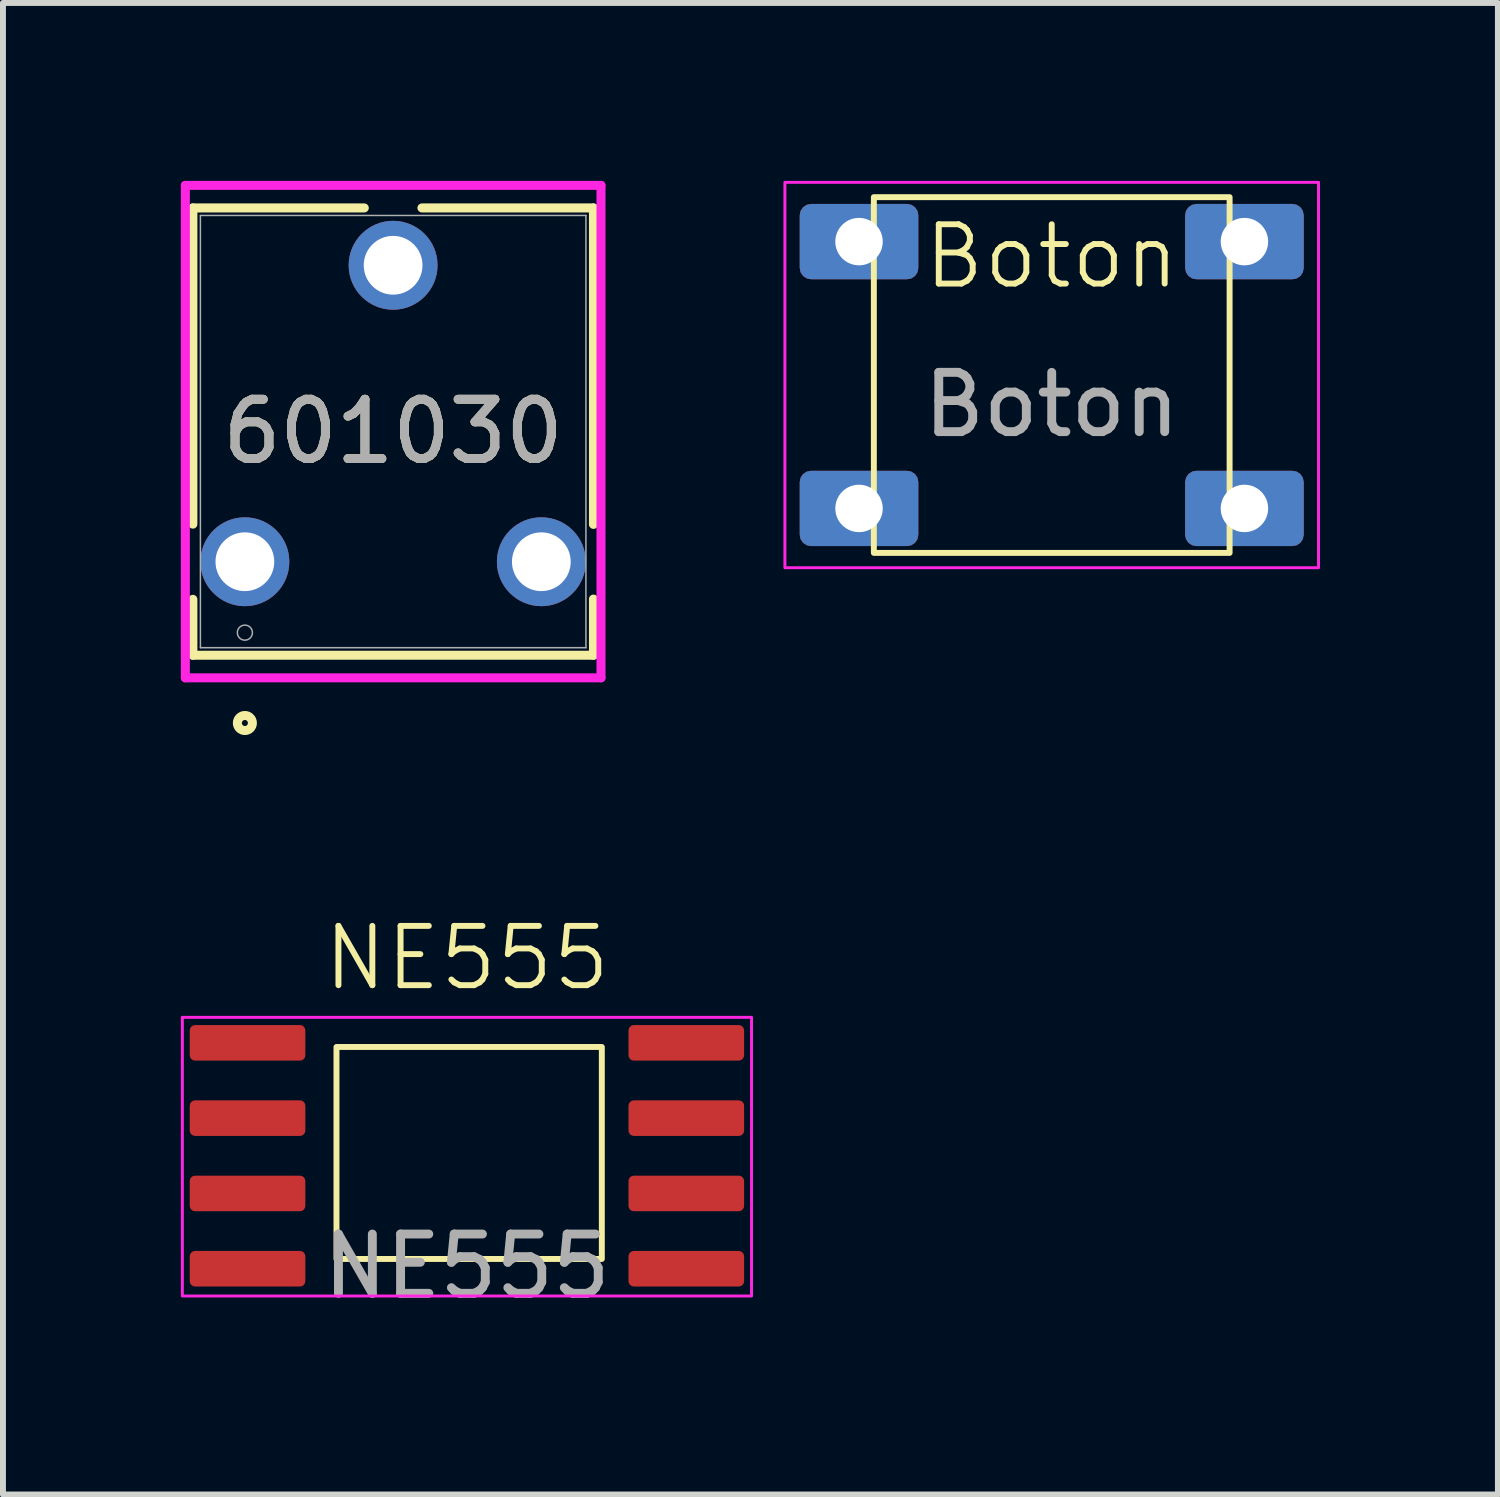
<source format=kicad_pcb>
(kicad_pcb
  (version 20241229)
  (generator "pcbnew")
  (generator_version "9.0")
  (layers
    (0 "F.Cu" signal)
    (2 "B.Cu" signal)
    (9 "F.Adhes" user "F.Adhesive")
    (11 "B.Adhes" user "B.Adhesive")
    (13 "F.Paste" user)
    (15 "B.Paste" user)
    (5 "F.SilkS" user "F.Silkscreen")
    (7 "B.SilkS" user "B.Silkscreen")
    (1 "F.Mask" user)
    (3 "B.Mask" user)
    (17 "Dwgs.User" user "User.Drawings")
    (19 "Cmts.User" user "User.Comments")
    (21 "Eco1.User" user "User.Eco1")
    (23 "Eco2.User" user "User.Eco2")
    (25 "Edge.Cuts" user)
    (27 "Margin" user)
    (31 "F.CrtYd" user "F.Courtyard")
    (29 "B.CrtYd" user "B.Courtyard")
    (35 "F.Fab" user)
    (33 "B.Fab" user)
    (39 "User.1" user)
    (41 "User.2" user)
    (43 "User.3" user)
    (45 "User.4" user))
  (footprint "Boton"
    (layer "F.Cu")
    (at 14.688 3.275)
    (property "Reference" "Boton" (at 0 -2 0) (unlocked yes) (layer "F.SilkS") (effects (font (size 1 1) (thickness 0.1))))
    (attr board_only exclude_from_pos_files exclude_from_bom)
    (fp_rect (start -3 -3) (end 3 3) (stroke (width 0.1) (type default)) (fill no) (layer "F.SilkS"))
    (fp_rect (start -4.5 -3.25) (end 4.5 3.25) (stroke (width 0.05) (type default)) (fill no) (layer "F.CrtYd"))
    (fp_text user "${REFERENCE}" (at 0 0.5 0) (unlocked yes) (layer "F.Fab") (effects (font (size 1 1) (thickness 0.15))))
    (pad "1" thru_hole roundrect (at -3.25 -2.25) (size 2 1.27) (drill 0.8) (layers "*.Cu" "*.Mask") (roundrect_rratio 0.15))
    (pad "1" thru_hole roundrect (at -3.25 2.25) (size 2 1.27) (drill 0.8) (layers "*.Cu" "*.Mask") (roundrect_rratio 0.15))
    (pad "1" thru_hole roundrect (at 3.25 -2.25) (size 2 1.27) (drill 0.8) (layers "*.Cu" "*.Mask") (roundrect_rratio 0.15))
    (pad "1" thru_hole roundrect (at 3.25 2.25) (size 2 1.27) (drill 0.8) (layers "*.Cu" "*.Mask") (roundrect_rratio 0.15)))
  (footprint "NE555"
    (layer "F.Cu")
    (at 4.825 15.808)
    (property "Reference" "NE555" (at 0 -2.7 0) (unlocked yes) (layer "F.SilkS") (effects (font (size 1 1) (thickness 0.1))))
    (attr board_only exclude_from_pos_files exclude_from_bom)
    (fp_rect (start -2.2 -1.2) (end 2.275 2.375) (stroke (width 0.1) (type solid)) (fill no) (layer "F.SilkS"))
    (fp_rect (start -4.8 -1.7) (end 4.8 3) (stroke (width 0.05) (type default)) (fill no) (layer "F.CrtYd"))
    (fp_text user "${REFERENCE}" (at 0 2.5 0) (unlocked yes) (layer "F.Fab") (effects (font (size 1 1) (thickness 0.15))))
    (pad "1" smd roundrect (at -3.7 -1.27) (size 1.95 0.6) (layers "F.Cu" "F.Mask" "F.Paste") (roundrect_rratio 0.15))
    (pad "2" smd roundrect (at -3.7 0) (size 1.95 0.6) (layers "F.Cu" "F.Mask" "F.Paste") (roundrect_rratio 0.15))
    (pad "3" smd roundrect (at -3.7 1.27) (size 1.95 0.6) (layers "F.Cu" "F.Mask" "F.Paste") (roundrect_rratio 0.15))
    (pad "4" smd roundrect (at -3.7 2.54) (size 1.95 0.6) (layers "F.Cu" "F.Mask" "F.Paste") (roundrect_rratio 0.15))
    (pad "5" smd roundrect (at 3.7 2.54) (size 1.95 0.6) (layers "F.Cu" "F.Mask" "F.Paste") (roundrect_rratio 0.15))
    (pad "6" smd roundrect (at 3.7 1.27) (size 1.95 0.6) (layers "F.Cu" "F.Mask" "F.Paste") (roundrect_rratio 0.15))
    (pad "7" smd roundrect (at 3.7 0) (size 1.95 0.6) (layers "F.Cu" "F.Mask" "F.Paste") (roundrect_rratio 0.15))
    (pad "8" smd roundrect (at 3.7 -1.27) (size 1.95 0.6) (layers "F.Cu" "F.Mask" "F.Paste") (roundrect_rratio 0.15)))
  (footprint "601030"
    (layer "F.Cu")
    (at 1.08 6.424)
    (property "Reference" "601030" (at 2.501 -2.195 0) (unlocked yes) (layer "F.SilkS") (effects (font (size 1 1) (thickness 0.15))))
    (attr through_hole)
    (fp_line (start -0.877 -5.967) (end -0.877 -0.634) (stroke (width 0.152) (type solid)) (layer "F.SilkS"))
    (fp_line (start -0.877 0.634) (end -0.877 1.577) (stroke (width 0.152) (type solid)) (layer "F.SilkS"))
    (fp_line (start -0.877 1.577) (end 5.879 1.577) (stroke (width 0.152) (type solid)) (layer "F.SilkS"))
    (fp_line (start 2.014 -5.967) (end -0.877 -5.967) (stroke (width 0.152) (type solid)) (layer "F.SilkS"))
    (fp_line (start 5.879 -5.967) (end 2.986 -5.967) (stroke (width 0.152) (type solid)) (layer "F.SilkS"))
    (fp_line (start 5.879 -0.63) (end 5.879 -5.967) (stroke (width 0.152) (type solid)) (layer "F.SilkS"))
    (fp_line (start 5.879 1.577) (end 5.879 0.63) (stroke (width 0.152) (type solid)) (layer "F.SilkS"))
    (fp_circle (center 0 2.72) (end 0.127 2.72) (stroke (width 0.152) (type solid)) (fill no) (layer "F.SilkS"))
    (fp_line (start -1.004 -6.348) (end 6.006 -6.348) (stroke (width 0.152) (type solid)) (layer "F.CrtYd"))
    (fp_line (start -1.004 1.958) (end -1.004 -6.348) (stroke (width 0.152) (type solid)) (layer "F.CrtYd"))
    (fp_line (start 6.006 -6.348) (end 6.006 1.958) (stroke (width 0.152) (type solid)) (layer "F.CrtYd"))
    (fp_line (start 6.006 1.958) (end -1.004 1.958) (stroke (width 0.152) (type solid)) (layer "F.CrtYd"))
    (fp_line (start -0.75 -5.84) (end -0.75 1.45) (stroke (width 0.025) (type solid)) (layer "F.Fab"))
    (fp_line (start -0.75 1.45) (end 5.752 1.45) (stroke (width 0.025) (type solid)) (layer "F.Fab"))
    (fp_line (start 5.752 -5.84) (end -0.75 -5.84) (stroke (width 0.025) (type solid)) (layer "F.Fab"))
    (fp_line (start 5.752 1.45) (end 5.752 -5.84) (stroke (width 0.025) (type solid)) (layer "F.Fab"))
    (fp_circle (center 0 1.196) (end 0.127 1.196) (stroke (width 0.025) (type solid)) (fill no) (layer "F.Fab"))
    (fp_text user "${REFERENCE}" (at 2.501 -2.195 0) (unlocked yes) (layer "F.Fab") (effects (font (size 1 1) (thickness 0.15))))
    (pad "1" thru_hole circle (at 0 0) (size 1.499 1.499) (drill 0.991) (layers "*.Cu" "*.Mask"))
    (pad "2" thru_hole circle (at 2.5 -5) (size 1.499 1.499) (drill 0.991) (layers "*.Cu" "*.Mask"))
    (pad "3" thru_hole circle (at 5 0) (size 1.499 1.499) (drill 0.991) (layers "*.Cu" "*.Mask")))
  (gr_rect
    (start -3 -3)
    (end 22.213 22.156)
    (stroke (width 0.1) (type default))
    (fill no)
    (layer "Edge.Cuts")))
</source>
